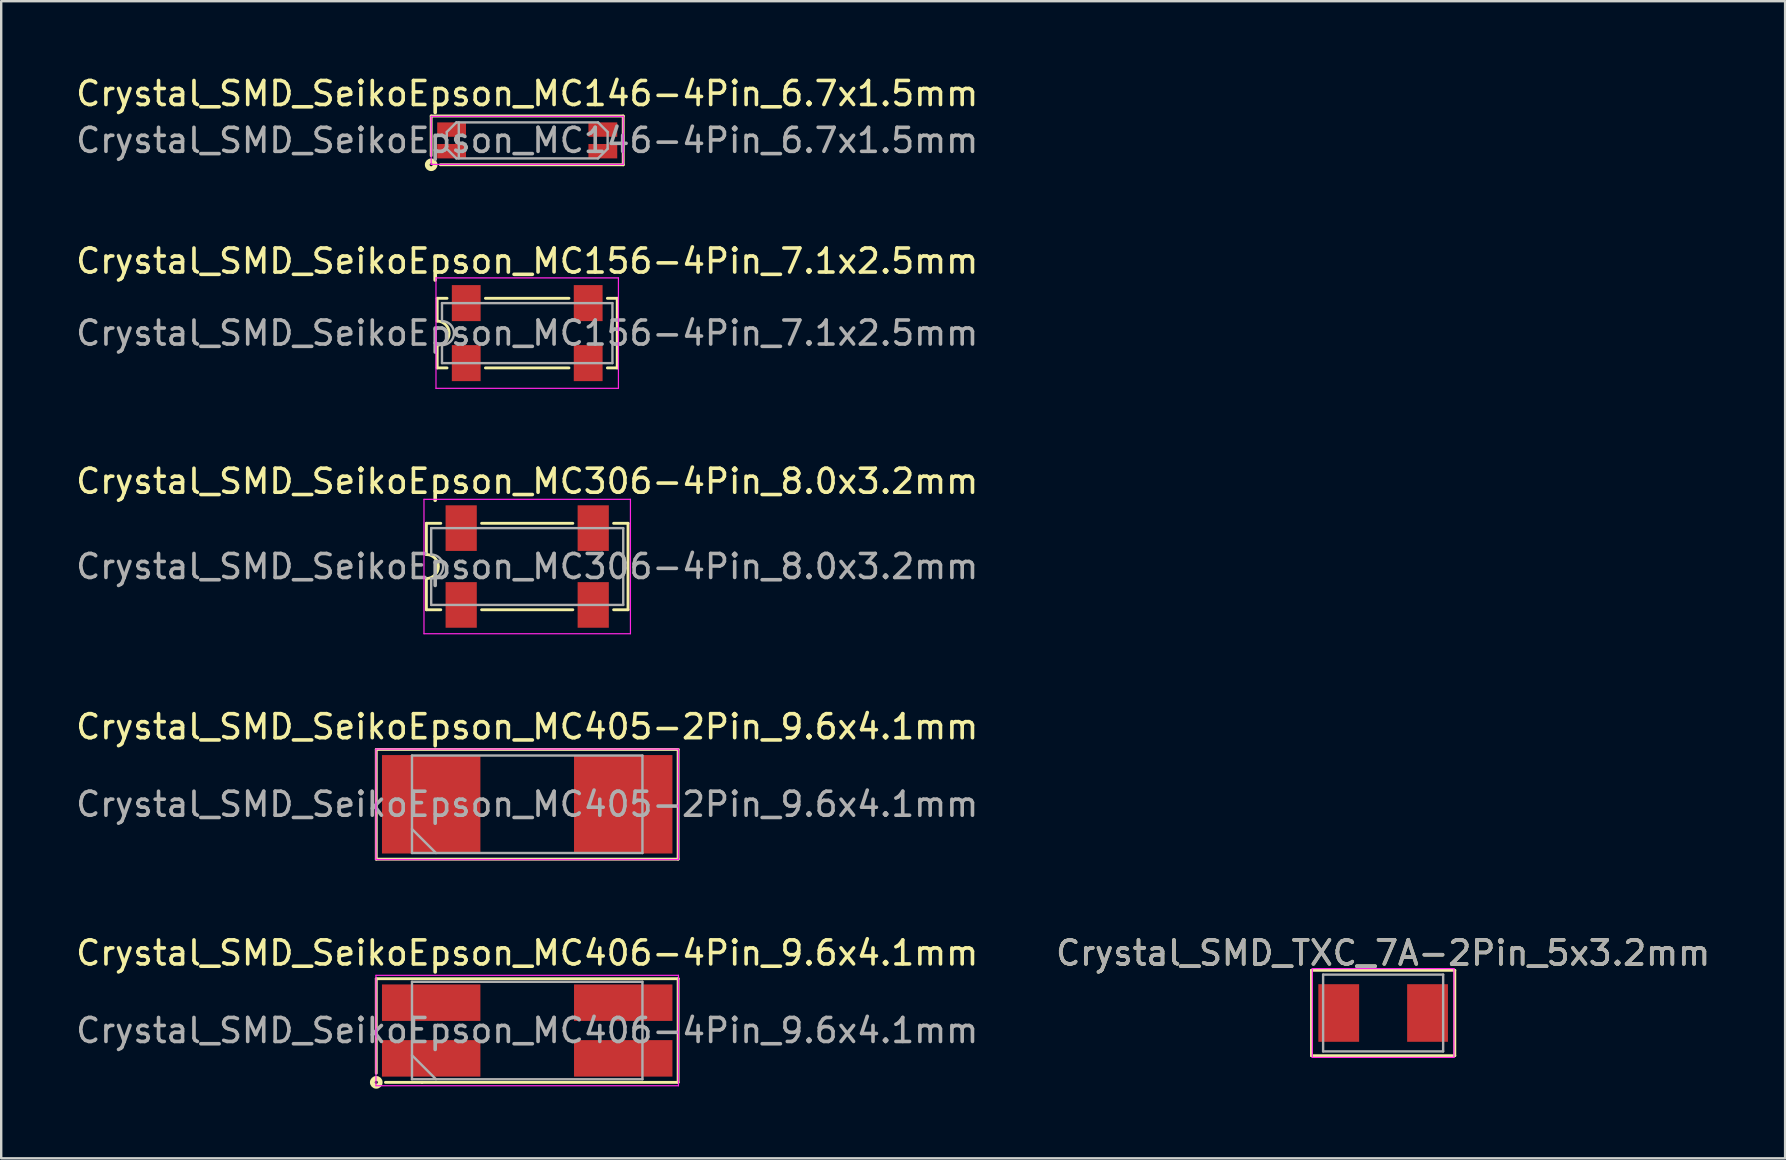
<source format=kicad_pcb>
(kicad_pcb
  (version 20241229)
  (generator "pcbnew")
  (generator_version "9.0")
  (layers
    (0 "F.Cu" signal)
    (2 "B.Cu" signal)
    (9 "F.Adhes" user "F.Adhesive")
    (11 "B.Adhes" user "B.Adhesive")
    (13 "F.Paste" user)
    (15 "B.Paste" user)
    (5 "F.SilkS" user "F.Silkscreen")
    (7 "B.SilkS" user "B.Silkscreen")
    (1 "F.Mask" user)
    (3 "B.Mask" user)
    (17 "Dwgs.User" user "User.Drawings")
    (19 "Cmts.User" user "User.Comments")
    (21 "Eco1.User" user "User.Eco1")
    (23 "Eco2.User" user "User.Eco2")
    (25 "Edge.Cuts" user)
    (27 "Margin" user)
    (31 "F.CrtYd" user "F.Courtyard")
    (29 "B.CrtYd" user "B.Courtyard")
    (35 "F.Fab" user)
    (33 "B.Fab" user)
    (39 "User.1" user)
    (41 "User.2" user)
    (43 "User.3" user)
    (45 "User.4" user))
  (footprint "Crystal_SMD_SeikoEpson_MC406-4Pin_9.6x4.1mm"
    (layer "F.Cu")
    (at 18.911 39.877)
    (property "Reference" "Crystal_SMD_SeikoEpson_MC406-4Pin_9.6x4.1mm" (at 0 -3.23 0) (layer "F.SilkS") (effects (font (size 1 1) (thickness 0.15))))
    (attr smd)
    (fp_line (start -6.287 -2.159) (end -6.287 1.778) (stroke (width 0.12) (type solid)) (layer "F.SilkS"))
    (fp_line (start -6.287 -2.159) (end 6.287 -2.159) (stroke (width 0.12) (type solid)) (layer "F.SilkS"))
    (fp_line (start -4.381 2.159) (end -5.905 2.159) (stroke (width 0.12) (type solid)) (layer "F.SilkS"))
    (fp_line (start 6.287 -2.159) (end 6.287 2.159) (stroke (width 0.12) (type solid)) (layer "F.SilkS"))
    (fp_line (start 6.287 2.159) (end -4.381 2.159) (stroke (width 0.12) (type solid)) (layer "F.SilkS"))
    (fp_circle (center -6.287 2.159) (end -6.223 2.159) (stroke (width 0.2) (type solid)) (fill no) (layer "F.SilkS"))
    (fp_line (start -6.3 -2.3) (end -6.3 2.3) (stroke (width 0.05) (type solid)) (layer "F.CrtYd"))
    (fp_line (start -6.3 2.3) (end 6.3 2.3) (stroke (width 0.05) (type solid)) (layer "F.CrtYd"))
    (fp_line (start 6.3 -2.3) (end -6.3 -2.3) (stroke (width 0.05) (type solid)) (layer "F.CrtYd"))
    (fp_line (start 6.3 2.3) (end 6.3 -2.3) (stroke (width 0.05) (type solid)) (layer "F.CrtYd"))
    (fp_line (start -4.8 -2.03) (end -4.8 2.03) (stroke (width 0.1) (type solid)) (layer "F.Fab"))
    (fp_line (start -4.8 1.03) (end -3.8 2.03) (stroke (width 0.1) (type solid)) (layer "F.Fab"))
    (fp_line (start -4.8 2.03) (end 4.8 2.03) (stroke (width 0.1) (type solid)) (layer "F.Fab"))
    (fp_line (start 4.8 -2.03) (end -4.8 -2.03) (stroke (width 0.1) (type solid)) (layer "F.Fab"))
    (fp_line (start 4.8 2.03) (end 4.8 -2.03) (stroke (width 0.1) (type solid)) (layer "F.Fab"))
    (fp_text user "${REFERENCE}" (at 0 0 0) (layer "F.Fab") (effects (font (size 1 1) (thickness 0.15))))
    (pad "1" smd rect (at -4 1.16) (size 4.1 1.52) (layers "F.Cu" "F.Mask" "F.Paste"))
    (pad "2" smd rect (at 4 1.16) (size 4.1 1.52) (layers "F.Cu" "F.Mask" "F.Paste"))
    (pad "3" smd rect (at 4 -1.16) (size 4.1 1.52) (layers "F.Cu" "F.Mask" "F.Paste"))
    (pad "4" smd rect (at -4 -1.16) (size 4.1 1.52) (layers "F.Cu" "F.Mask" "F.Paste")))
  (footprint "Crystal_SMD_SeikoEpson_MC156-4Pin_7.1x2.5mm"
    (layer "F.Cu")
    (at 18.911 10.826)
    (property "Reference" "Crystal_SMD_SeikoEpson_MC156-4Pin_7.1x2.5mm" (at 0 -3 0) (layer "F.SilkS") (effects (font (size 1 1) (thickness 0.15))))
    (attr smd)
    (fp_line (start -3.75 -1.45) (end -3.34 -1.45) (stroke (width 0.12) (type solid)) (layer "F.SilkS"))
    (fp_line (start -3.75 -0.5) (end -3.75 -1.45) (stroke (width 0.12) (type solid)) (layer "F.SilkS"))
    (fp_line (start -3.75 1.45) (end -3.75 0.5) (stroke (width 0.12) (type solid)) (layer "F.SilkS"))
    (fp_line (start -3.75 1.45) (end -3.34 1.45) (stroke (width 0.12) (type solid)) (layer "F.SilkS"))
    (fp_line (start -1.74 -1.45) (end 1.74 -1.45) (stroke (width 0.12) (type solid)) (layer "F.SilkS"))
    (fp_line (start 1.74 1.45) (end -1.74 1.45) (stroke (width 0.12) (type solid)) (layer "F.SilkS"))
    (fp_line (start 3.34 -1.45) (end 3.75 -1.45) (stroke (width 0.12) (type solid)) (layer "F.SilkS"))
    (fp_line (start 3.75 -1.45) (end 3.75 1.45) (stroke (width 0.12) (type solid)) (layer "F.SilkS"))
    (fp_line (start 3.75 1.45) (end 3.34 1.45) (stroke (width 0.12) (type solid)) (layer "F.SilkS"))
    (fp_arc (start -3.75 -0.5) (mid -3.25 0) (end -3.75 0.5) (stroke (width 0.12) (type solid)) (layer "F.SilkS"))
    (fp_line (start -3.8 -2.3) (end -3.8 2.3) (stroke (width 0.05) (type solid)) (layer "F.CrtYd"))
    (fp_line (start -3.8 2.3) (end 3.8 2.3) (stroke (width 0.05) (type solid)) (layer "F.CrtYd"))
    (fp_line (start 3.8 -2.3) (end -3.8 -2.3) (stroke (width 0.05) (type solid)) (layer "F.CrtYd"))
    (fp_line (start 3.8 2.3) (end 3.8 -2.3) (stroke (width 0.05) (type solid)) (layer "F.CrtYd"))
    (fp_line (start -3.55 -1.25) (end 3.55 -1.25) (stroke (width 0.1) (type solid)) (layer "F.Fab"))
    (fp_line (start -3.55 -0.5) (end -3.55 -1.25) (stroke (width 0.1) (type solid)) (layer "F.Fab"))
    (fp_line (start -3.55 1.25) (end -3.55 0.5) (stroke (width 0.1) (type solid)) (layer "F.Fab"))
    (fp_line (start 3.55 -1.25) (end 3.55 1.25) (stroke (width 0.1) (type solid)) (layer "F.Fab"))
    (fp_line (start 3.55 1.25) (end -3.55 1.25) (stroke (width 0.1) (type solid)) (layer "F.Fab"))
    (fp_arc (start -3.55 -0.5) (mid -3.05 0) (end -3.55 0.5) (stroke (width 0.1) (type solid)) (layer "F.Fab"))
    (fp_text user "${REFERENCE}" (at 0 0 0) (layer "F.Fab") (effects (font (size 1 1) (thickness 0.15))))
    (pad "1" smd rect (at -2.54 1.25) (size 1.2 1.5) (layers "F.Cu" "F.Mask" "F.Paste"))
    (pad "2" smd rect (at 2.54 1.25) (size 1.2 1.5) (layers "F.Cu" "F.Mask" "F.Paste"))
    (pad "3" smd rect (at 2.54 -1.25) (size 1.2 1.5) (layers "F.Cu" "F.Mask" "F.Paste"))
    (pad "4" smd rect (at -2.54 -1.25) (size 1.2 1.5) (layers "F.Cu" "F.Mask" "F.Paste")))
  (footprint "Crystal_SMD_SeikoEpson_MC306-4Pin_8.0x3.2mm"
    (layer "F.Cu")
    (at 18.911 20.549)
    (property "Reference" "Crystal_SMD_SeikoEpson_MC306-4Pin_8.0x3.2mm" (at 0 -3.55 0) (layer "F.SilkS") (effects (font (size 1 1) (thickness 0.15))))
    (attr smd)
    (fp_line (start -4.2 -1.8) (end -3.6 -1.8) (stroke (width 0.12) (type solid)) (layer "F.SilkS"))
    (fp_line (start -4.2 -0.5) (end -4.2 -1.8) (stroke (width 0.12) (type solid)) (layer "F.SilkS"))
    (fp_line (start -4.2 1.8) (end -4.2 0.5) (stroke (width 0.12) (type solid)) (layer "F.SilkS"))
    (fp_line (start -4.2 1.8) (end -3.6 1.8) (stroke (width 0.12) (type solid)) (layer "F.SilkS"))
    (fp_line (start -1.9 -1.8) (end 1.9 -1.8) (stroke (width 0.12) (type solid)) (layer "F.SilkS"))
    (fp_line (start 1.9 1.8) (end -1.9 1.8) (stroke (width 0.12) (type solid)) (layer "F.SilkS"))
    (fp_line (start 3.6 -1.8) (end 4.2 -1.8) (stroke (width 0.12) (type solid)) (layer "F.SilkS"))
    (fp_line (start 4.2 -1.8) (end 4.2 1.8) (stroke (width 0.12) (type solid)) (layer "F.SilkS"))
    (fp_line (start 4.2 1.8) (end 3.6 1.8) (stroke (width 0.12) (type solid)) (layer "F.SilkS"))
    (fp_arc (start -4.2 -0.5) (mid -3.7 0) (end -4.2 0.5) (stroke (width 0.12) (type solid)) (layer "F.SilkS"))
    (fp_line (start -4.3 -2.8) (end -4.3 2.8) (stroke (width 0.05) (type solid)) (layer "F.CrtYd"))
    (fp_line (start -4.3 2.8) (end 4.3 2.8) (stroke (width 0.05) (type solid)) (layer "F.CrtYd"))
    (fp_line (start 4.3 -2.8) (end -4.3 -2.8) (stroke (width 0.05) (type solid)) (layer "F.CrtYd"))
    (fp_line (start 4.3 2.8) (end 4.3 -2.8) (stroke (width 0.05) (type solid)) (layer "F.CrtYd"))
    (fp_line (start -4 -1.6) (end 4 -1.6) (stroke (width 0.1) (type solid)) (layer "F.Fab"))
    (fp_line (start -4 -0.5) (end -4 -1.6) (stroke (width 0.1) (type solid)) (layer "F.Fab"))
    (fp_line (start -4 1.6) (end -4 0.5) (stroke (width 0.1) (type solid)) (layer "F.Fab"))
    (fp_line (start 4 -1.6) (end 4 1.6) (stroke (width 0.1) (type solid)) (layer "F.Fab"))
    (fp_line (start 4 1.6) (end -4 1.6) (stroke (width 0.1) (type solid)) (layer "F.Fab"))
    (fp_arc (start -4 -0.5) (mid -3.5 0) (end -4 0.5) (stroke (width 0.1) (type solid)) (layer "F.Fab"))
    (fp_text user "${REFERENCE}" (at 0 0 0) (layer "F.Fab") (effects (font (size 1 1) (thickness 0.15))))
    (pad "1" smd rect (at -2.75 1.6) (size 1.3 1.9) (layers "F.Cu" "F.Mask" "F.Paste"))
    (pad "2" smd rect (at 2.75 1.6) (size 1.3 1.9) (layers "F.Cu" "F.Mask" "F.Paste"))
    (pad "3" smd rect (at 2.75 -1.6) (size 1.3 1.9) (layers "F.Cu" "F.Mask" "F.Paste"))
    (pad "4" smd rect (at -2.75 -1.6) (size 1.3 1.9) (layers "F.Cu" "F.Mask" "F.Paste")))
  (footprint "Crystal_SMD_SeikoEpson_MC405-2Pin_9.6x4.1mm"
    (layer "F.Cu")
    (at 18.911 30.453)
    (property "Reference" "Crystal_SMD_SeikoEpson_MC405-2Pin_9.6x4.1mm" (at 0 -3.23 0) (layer "F.SilkS") (effects (font (size 1 1) (thickness 0.15))))
    (attr smd)
    (fp_line (start -6.287 -2.286) (end -6.287 2.286) (stroke (width 0.12) (type solid)) (layer "F.SilkS"))
    (fp_line (start -6.287 2.286) (end 6.287 2.286) (stroke (width 0.12) (type solid)) (layer "F.SilkS"))
    (fp_line (start 6.287 -2.286) (end -6.287 -2.286) (stroke (width 0.12) (type solid)) (layer "F.SilkS"))
    (fp_line (start 6.287 2.286) (end 6.287 -2.286) (stroke (width 0.12) (type solid)) (layer "F.SilkS"))
    (fp_line (start -6.3 -2.3) (end -6.3 2.3) (stroke (width 0.05) (type solid)) (layer "F.CrtYd"))
    (fp_line (start -6.3 2.3) (end 6.3 2.3) (stroke (width 0.05) (type solid)) (layer "F.CrtYd"))
    (fp_line (start 6.3 -2.3) (end -6.3 -2.3) (stroke (width 0.05) (type solid)) (layer "F.CrtYd"))
    (fp_line (start 6.3 2.3) (end 6.3 -2.3) (stroke (width 0.05) (type solid)) (layer "F.CrtYd"))
    (fp_line (start -4.8 -2.03) (end -4.8 2.03) (stroke (width 0.1) (type solid)) (layer "F.Fab"))
    (fp_line (start -4.8 1.03) (end -3.8 2.03) (stroke (width 0.1) (type solid)) (layer "F.Fab"))
    (fp_line (start -4.8 2.03) (end 4.8 2.03) (stroke (width 0.1) (type solid)) (layer "F.Fab"))
    (fp_line (start 4.8 -2.03) (end -4.8 -2.03) (stroke (width 0.1) (type solid)) (layer "F.Fab"))
    (fp_line (start 4.8 2.03) (end 4.8 -2.03) (stroke (width 0.1) (type solid)) (layer "F.Fab"))
    (fp_text user "${REFERENCE}" (at 0 0 0) (layer "F.Fab") (effects (font (size 1 1) (thickness 0.15))))
    (pad "1" smd rect (at -4 0) (size 4.1 4.1) (layers "F.Cu" "F.Mask" "F.Paste"))
    (pad "2" smd rect (at 4 0) (size 4.1 4.1) (layers "F.Cu" "F.Mask" "F.Paste")))
  (footprint "Crystal_SMD_SeikoEpson_MC146-4Pin_6.7x1.5mm"
    (layer "F.Cu")
    (at 18.911 2.798)
    (property "Reference" "Crystal_SMD_SeikoEpson_MC146-4Pin_6.7x1.5mm" (at 0 -1.95 0) (layer "F.SilkS") (effects (font (size 1 1) (thickness 0.15))))
    (attr smd)
    (fp_line (start -4 -1.016) (end 4 -1.016) (stroke (width 0.12) (type solid)) (layer "F.SilkS"))
    (fp_line (start -4 0.635) (end -4 -1.016) (stroke (width 0.12) (type solid)) (layer "F.SilkS"))
    (fp_line (start 4 -1.016) (end 4 1.016) (stroke (width 0.12) (type solid)) (layer "F.SilkS"))
    (fp_line (start 4 1.016) (end -3.619 1.016) (stroke (width 0.12) (type solid)) (layer "F.SilkS"))
    (fp_circle (center -4 1.016) (end -3.937 1.016) (stroke (width 0.2) (type solid)) (fill no) (layer "F.SilkS"))
    (fp_line (start -4 -1) (end -4 1) (stroke (width 0.05) (type solid)) (layer "F.CrtYd"))
    (fp_line (start -4 1) (end 4 1) (stroke (width 0.05) (type solid)) (layer "F.CrtYd"))
    (fp_line (start 4 -1) (end -4 -1) (stroke (width 0.05) (type solid)) (layer "F.CrtYd"))
    (fp_line (start 4 1) (end 4 -1) (stroke (width 0.05) (type solid)) (layer "F.CrtYd"))
    (fp_line (start -3.35 -0.35) (end -2.95 -0.75) (stroke (width 0.1) (type solid)) (layer "F.Fab"))
    (fp_line (start -3.35 0.35) (end -3.35 -0.35) (stroke (width 0.1) (type solid)) (layer "F.Fab"))
    (fp_line (start -2.95 -0.75) (end 2.95 -0.75) (stroke (width 0.1) (type solid)) (layer "F.Fab"))
    (fp_line (start -2.95 0.75) (end -3.35 0.35) (stroke (width 0.1) (type solid)) (layer "F.Fab"))
    (fp_line (start -2.85 -0.75) (end -2.85 0.75) (stroke (width 0.1) (type solid)) (layer "F.Fab"))
    (fp_line (start 2.95 -0.75) (end 3.35 -0.35) (stroke (width 0.1) (type solid)) (layer "F.Fab"))
    (fp_line (start 2.95 0.75) (end -2.95 0.75) (stroke (width 0.1) (type solid)) (layer "F.Fab"))
    (fp_line (start 3.35 -0.35) (end 3.35 0.35) (stroke (width 0.1) (type solid)) (layer "F.Fab"))
    (fp_line (start 3.35 0.35) (end 2.95 0.75) (stroke (width 0.1) (type solid)) (layer "F.Fab"))
    (fp_text user "${REFERENCE}" (at 0 0 0) (layer "F.Fab") (effects (font (size 1 1) (thickness 0.15))))
    (pad "1" smd rect (at -3.15 0.45) (size 1.2 0.6) (layers "F.Cu" "F.Mask" "F.Paste"))
    (pad "2" smd rect (at 3.15 0.45) (size 1.2 0.6) (layers "F.Cu" "F.Mask" "F.Paste"))
    (pad "3" smd rect (at 3.15 -0.45) (size 1.2 0.6) (layers "F.Cu" "F.Mask" "F.Paste"))
    (pad "4" smd rect (at -3.15 -0.45) (size 1.2 0.6) (layers "F.Cu" "F.Mask" "F.Paste")))
  (footprint "Crystal_SMD_TXC_7A-2Pin_5x3.2mm"
    (layer "F.Cu")
    (at 54.565 39.147)
    (property "Reference" "Crystal_SMD_TXC_7A-2Pin_5x3.2mm" (at 0 -2.5 0) (layer "F.SilkS") (effects (font (size 1 1) (thickness 0.15))))
    (attr smd)
    (fp_line (start -2.985 -1.778) (end -2.985 1.778) (stroke (width 0.12) (type solid)) (layer "F.SilkS"))
    (fp_line (start -2.985 1.778) (end 2.985 1.778) (stroke (width 0.12) (type solid)) (layer "F.SilkS"))
    (fp_line (start 2.985 -1.778) (end -2.985 -1.778) (stroke (width 0.12) (type solid)) (layer "F.SilkS"))
    (fp_line (start 2.985 1.778) (end 2.985 -1.778) (stroke (width 0.12) (type solid)) (layer "F.SilkS"))
    (fp_line (start -2.95 -1.85) (end -2.95 1.85) (stroke (width 0.05) (type solid)) (layer "F.CrtYd"))
    (fp_line (start -2.95 -1.85) (end 2.95 -1.85) (stroke (width 0.05) (type solid)) (layer "F.CrtYd"))
    (fp_line (start 2.95 -1.85) (end 2.95 1.85) (stroke (width 0.05) (type solid)) (layer "F.CrtYd"))
    (fp_line (start 2.95 1.85) (end -2.95 1.85) (stroke (width 0.05) (type solid)) (layer "F.CrtYd"))
    (fp_line (start -2.5 -1.6) (end -2.5 1.6) (stroke (width 0.1) (type solid)) (layer "F.Fab"))
    (fp_line (start -2.5 -1.6) (end 2.5 -1.6) (stroke (width 0.1) (type solid)) (layer "F.Fab"))
    (fp_line (start -2.5 1.6) (end 2.5 1.6) (stroke (width 0.1) (type solid)) (layer "F.Fab"))
    (fp_line (start 2.5 -1.6) (end 2.5 1.6) (stroke (width 0.1) (type solid)) (layer "F.Fab"))
    (fp_text user "${REFERENCE}" (at 0 -2.5 0) (layer "F.Fab") (effects (font (size 1 1) (thickness 0.15))))
    (pad "1" smd rect (at -1.85 0) (size 1.7 2.4) (layers "F.Cu" "F.Mask" "F.Paste"))
    (pad "2" smd rect (at 1.85 0) (size 1.7 2.4) (layers "F.Cu" "F.Mask" "F.Paste")))
  (gr_rect
    (start -3 -3)
    (end 71.31 45.202)
    (stroke (width 0.1) (type default))
    (fill no)
    (layer "Edge.Cuts")))
</source>
